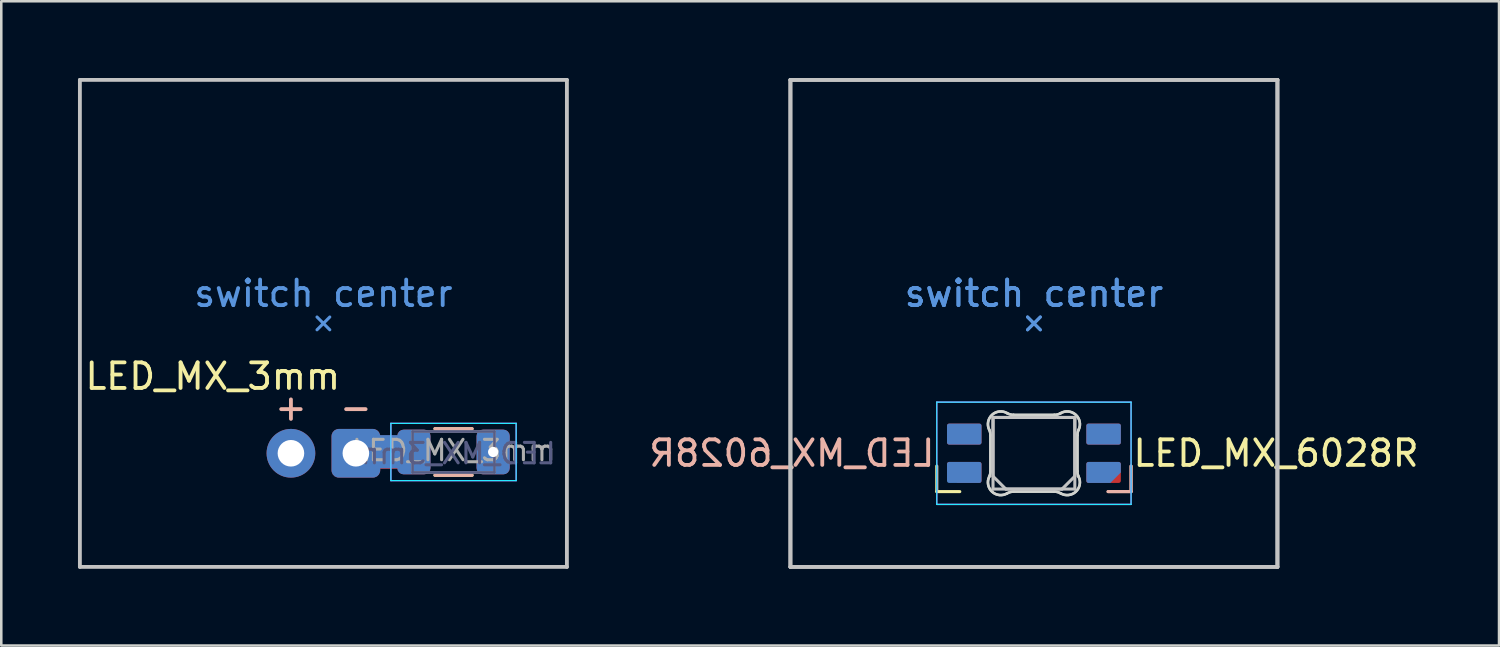
<source format=kicad_pcb>
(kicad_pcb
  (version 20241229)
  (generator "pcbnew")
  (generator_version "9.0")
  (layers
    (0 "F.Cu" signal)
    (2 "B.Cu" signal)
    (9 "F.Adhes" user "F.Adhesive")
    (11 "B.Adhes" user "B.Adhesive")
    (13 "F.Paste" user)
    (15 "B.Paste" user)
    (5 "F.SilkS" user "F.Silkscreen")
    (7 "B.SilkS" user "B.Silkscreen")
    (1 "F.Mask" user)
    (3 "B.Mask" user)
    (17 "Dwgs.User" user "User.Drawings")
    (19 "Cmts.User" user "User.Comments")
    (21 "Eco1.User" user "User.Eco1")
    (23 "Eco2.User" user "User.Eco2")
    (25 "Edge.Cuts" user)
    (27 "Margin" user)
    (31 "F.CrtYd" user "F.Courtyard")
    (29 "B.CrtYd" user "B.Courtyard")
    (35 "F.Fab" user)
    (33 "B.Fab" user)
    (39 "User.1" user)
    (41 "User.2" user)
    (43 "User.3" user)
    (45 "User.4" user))
  (footprint "LED_MX_3mm"
    (layer "F.Cu")
    (at 9.6 9.6)
    (property "Reference" "LED_MX_3mm" (at -9.4 2.07 0) (layer "F.SilkS") (effects (font (size 1 1) (thickness 0.15)) (justify left)))
    (attr through_hole exclude_from_pos_files)
    (fp_line (start 5.817 4.12) (end 4.363 4.12) (stroke (width 0.12) (type solid)) (layer "F.SilkS"))
    (fp_line (start 5.817 5.94) (end 4.363 5.94) (stroke (width 0.12) (type solid)) (layer "F.SilkS"))
    (fp_line (start 5.817 4.12) (end 4.363 4.12) (stroke (width 0.12) (type solid)) (layer "B.SilkS"))
    (fp_line (start 5.817 5.94) (end 4.363 5.94) (stroke (width 0.12) (type solid)) (layer "B.SilkS"))
    (fp_line (start -9.525 -9.525) (end 9.525 -9.525) (stroke (width 0.15) (type solid)) (layer "Dwgs.User"))
    (fp_line (start -9.525 9.525) (end -9.525 -9.525) (stroke (width 0.15) (type solid)) (layer "Dwgs.User"))
    (fp_line (start 9.525 -9.525) (end 9.525 9.525) (stroke (width 0.15) (type solid)) (layer "Dwgs.User"))
    (fp_line (start 9.525 9.525) (end -9.525 9.525) (stroke (width 0.15) (type solid)) (layer "Dwgs.User"))
    (fp_line (start -0.25 0.25) (end 0 0) (stroke (width 0.12) (type solid)) (layer "Cmts.User"))
    (fp_line (start 0 0) (end -0.25 -0.25) (stroke (width 0.12) (type solid)) (layer "Cmts.User"))
    (fp_line (start 0 0) (end 0.25 -0.25) (stroke (width 0.12) (type solid)) (layer "Cmts.User"))
    (fp_line (start 0.25 0.25) (end 0 0) (stroke (width 0.12) (type solid)) (layer "Cmts.User"))
    (fp_line (start 2.64 3.91) (end 2.64 6.15) (stroke (width 0.05) (type solid)) (layer "B.CrtYd"))
    (fp_line (start 2.64 6.15) (end 7.54 6.15) (stroke (width 0.05) (type solid)) (layer "B.CrtYd"))
    (fp_line (start 7.54 3.91) (end 2.64 3.91) (stroke (width 0.05) (type solid)) (layer "B.CrtYd"))
    (fp_line (start 7.54 6.15) (end 7.54 3.91) (stroke (width 0.05) (type solid)) (layer "B.CrtYd"))
    (fp_line (start 2.64 3.91) (end 7.54 3.91) (stroke (width 0.05) (type solid)) (layer "F.CrtYd"))
    (fp_line (start 2.64 6.15) (end 2.64 3.91) (stroke (width 0.05) (type solid)) (layer "F.CrtYd"))
    (fp_line (start 7.54 3.91) (end 7.54 6.15) (stroke (width 0.05) (type solid)) (layer "F.CrtYd"))
    (fp_line (start 7.54 6.15) (end 2.64 6.15) (stroke (width 0.05) (type solid)) (layer "F.CrtYd"))
    (fp_line (start 3.49 4.23) (end 3.49 5.83) (stroke (width 0.1) (type solid)) (layer "B.Fab"))
    (fp_line (start 3.49 5.83) (end 6.69 5.83) (stroke (width 0.1) (type solid)) (layer "B.Fab"))
    (fp_line (start 6.69 4.23) (end 3.49 4.23) (stroke (width 0.1) (type solid)) (layer "B.Fab"))
    (fp_line (start 6.69 5.83) (end 6.69 4.23) (stroke (width 0.1) (type solid)) (layer "B.Fab"))
    (fp_line (start 3.49 4.23) (end 6.69 4.23) (stroke (width 0.1) (type solid)) (layer "F.Fab"))
    (fp_line (start 3.49 5.83) (end 3.49 4.23) (stroke (width 0.1) (type solid)) (layer "F.Fab"))
    (fp_line (start 6.69 4.23) (end 6.69 5.83) (stroke (width 0.1) (type solid)) (layer "F.Fab"))
    (fp_line (start 6.69 5.83) (end 3.49 5.83) (stroke (width 0.1) (type solid)) (layer "F.Fab"))
    (fp_text user "-" (at 1.27 3.28 0) (layer "B.SilkS") (effects (font (size 1 1) (thickness 0.15))))
    (fp_text user "+" (at -1.27 3.28 0) (layer "B.SilkS") (effects (font (size 1 1) (thickness 0.15))))
    (fp_text user "switch center" (at 0 -1.17 0) (layer "Cmts.User") (effects (font (size 1 1) (thickness 0.15))))
    (fp_text user "${REFERENCE}" (at 5.1 5.09 0) (layer "B.Fab") (effects (font (size 0.8 0.8) (thickness 0.12)) (justify mirror)))
    (fp_text user "${REFERENCE}" (at 5.1 4.97 180) (layer "F.Fab") (effects (font (size 0.8 0.8) (thickness 0.12))))
    (pad "0" thru_hole roundrect (at 1.27 5.08) (size 1.905 1.905) (drill 1.04) (layers "*.Cu" "B.Mask") (roundrect_rratio 0.15))
    (pad "0" smd roundrect (at 2.65 5.02 270) (size 1.3 1.75) (layers "B.Cu" "B.Mask" "B.Paste") (roundrect_rratio 0.192))
    (pad "0" smd roundrect (at 2.65 5.04 270) (size 1.3 1.75) (layers "F.Cu" "F.Mask" "F.Paste") (roundrect_rratio 0.192))
    (pad "0" smd roundrect (at 3.54 5.03 180) (size 1.3 1.75) (layers "F.Cu" "F.Mask" "F.Paste") (roundrect_rratio 0.192))
    (pad "0" smd roundrect (at 3.54 5.03) (size 1.3 1.75) (layers "B.Cu" "B.Mask" "B.Paste") (roundrect_rratio 0.192))
    (pad "1" thru_hole circle (at 6.64 5.03 180) (size 0.8 0.8) (drill 0.4) (layers "*.Cu" "*.Mask"))
    (pad "1" smd roundrect (at 6.64 5.03 180) (size 1.3 1.75) (layers "F.Cu" "F.Mask" "F.Paste") (roundrect_rratio 0.192))
    (pad "1" smd roundrect (at 6.64 5.03) (size 1.3 1.75) (layers "B.Cu" "B.Mask" "B.Paste") (roundrect_rratio 0.192))
    (pad "2" thru_hole circle (at -1.27 5.08) (size 1.905 1.905) (drill 1.04) (layers "*.Cu" "B.Mask")))
  (footprint "LED_MX_6028R"
    (layer "F.Cu")
    (at 37.393 9.6)
    (property "Reference" "LED_MX_6028R" (at 3.8 5.08 0) (layer "F.SilkS") (effects (font (size 1 1) (thickness 0.15)) (justify left)))
    (attr smd)
    (fp_line (start -3.8 5.58) (end -3.8 6.58) (stroke (width 0.12) (type solid)) (layer "F.SilkS"))
    (fp_line (start -3.8 6.58) (end -2.9 6.58) (stroke (width 0.12) (type solid)) (layer "F.SilkS"))
    (fp_line (start 3.8 5.58) (end 3.8 6.58) (stroke (width 0.12) (type solid)) (layer "B.SilkS"))
    (fp_line (start 3.8 5.58) (end 3.8 6.58) (stroke (width 0.12) (type solid)) (layer "B.SilkS"))
    (fp_line (start 3.8 6.58) (end 2.9 6.58) (stroke (width 0.12) (type solid)) (layer "B.SilkS"))
    (fp_line (start 3.8 6.58) (end 2.9 6.58) (stroke (width 0.12) (type solid)) (layer "B.SilkS"))
    (fp_line (start -9.525 -9.525) (end -9.525 9.525) (stroke (width 0.15) (type solid)) (layer "Dwgs.User"))
    (fp_line (start -9.525 -9.525) (end 9.525 -9.525) (stroke (width 0.15) (type solid)) (layer "Dwgs.User"))
    (fp_line (start -9.525 9.525) (end -9.525 -9.525) (stroke (width 0.15) (type solid)) (layer "Dwgs.User"))
    (fp_line (start -9.525 9.525) (end 9.525 9.525) (stroke (width 0.15) (type solid)) (layer "Dwgs.User"))
    (fp_line (start -1.6 3.68) (end -1.6 6.48) (stroke (width 0.12) (type solid)) (layer "Dwgs.User"))
    (fp_line (start -1.6 3.68) (end 1.6 3.68) (stroke (width 0.12) (type solid)) (layer "Dwgs.User"))
    (fp_line (start -1.6 5.98) (end -1.6 3.68) (stroke (width 0.12) (type solid)) (layer "Dwgs.User"))
    (fp_line (start -1.6 5.98) (end -1.1 6.48) (stroke (width 0.12) (type solid)) (layer "Dwgs.User"))
    (fp_line (start -1.6 6.48) (end 1.1 6.48) (stroke (width 0.12) (type solid)) (layer "Dwgs.User"))
    (fp_line (start 1.6 3.68) (end -1.6 3.68) (stroke (width 0.12) (type solid)) (layer "Dwgs.User"))
    (fp_line (start 1.6 3.68) (end 1.6 6.48) (stroke (width 0.12) (type solid)) (layer "Dwgs.User"))
    (fp_line (start 1.6 5.98) (end 1.1 6.48) (stroke (width 0.12) (type solid)) (layer "Dwgs.User"))
    (fp_line (start 1.6 5.98) (end 1.6 3.68) (stroke (width 0.12) (type solid)) (layer "Dwgs.User"))
    (fp_line (start 1.6 6.48) (end -1.1 6.48) (stroke (width 0.12) (type solid)) (layer "Dwgs.User"))
    (fp_line (start 9.525 -9.525) (end -9.525 -9.525) (stroke (width 0.15) (type solid)) (layer "Dwgs.User"))
    (fp_line (start 9.525 -9.525) (end 9.525 9.525) (stroke (width 0.15) (type solid)) (layer "Dwgs.User"))
    (fp_line (start 9.525 9.525) (end -9.525 9.525) (stroke (width 0.15) (type solid)) (layer "Dwgs.User"))
    (fp_line (start 9.525 9.525) (end 9.525 -9.525) (stroke (width 0.15) (type solid)) (layer "Dwgs.User"))
    (fp_line (start -0.25 0.25) (end 0 0) (stroke (width 0.12) (type solid)) (layer "Cmts.User"))
    (fp_line (start -0.25 0.25) (end 0 0) (stroke (width 0.12) (type solid)) (layer "Cmts.User"))
    (fp_line (start 0 0) (end -0.25 -0.25) (stroke (width 0.12) (type solid)) (layer "Cmts.User"))
    (fp_line (start 0 0) (end -0.25 -0.25) (stroke (width 0.12) (type solid)) (layer "Cmts.User"))
    (fp_line (start 0 0) (end 0.25 -0.25) (stroke (width 0.12) (type solid)) (layer "Cmts.User"))
    (fp_line (start 0 0) (end 0.25 -0.25) (stroke (width 0.12) (type solid)) (layer "Cmts.User"))
    (fp_line (start 0.25 0.25) (end 0 0) (stroke (width 0.12) (type solid)) (layer "Cmts.User"))
    (fp_line (start 0.25 0.25) (end 0 0) (stroke (width 0.12) (type solid)) (layer "Cmts.User"))
    (fp_line (start -1.7 4.377) (end -1.7 5.783) (stroke (width 0.1) (type solid)) (layer "Edge.Cuts"))
    (fp_line (start -1.7 5.783) (end -1.7 4.377) (stroke (width 0.1) (type solid)) (layer "Edge.Cuts"))
    (fp_line (start -0.794 3.58) (end 0.794 3.58) (stroke (width 0.1) (type solid)) (layer "Edge.Cuts"))
    (fp_line (start -0.794 6.58) (end 0.794 6.58) (stroke (width 0.1) (type solid)) (layer "Edge.Cuts"))
    (fp_line (start 0.794 3.58) (end -0.794 3.58) (stroke (width 0.1) (type solid)) (layer "Edge.Cuts"))
    (fp_line (start 0.794 6.58) (end -0.794 6.58) (stroke (width 0.1) (type solid)) (layer "Edge.Cuts"))
    (fp_line (start 1.7 4.377) (end 1.7 5.783) (stroke (width 0.1) (type solid)) (layer "Edge.Cuts"))
    (fp_line (start 1.7 5.783) (end 1.7 4.377) (stroke (width 0.1) (type solid)) (layer "Edge.Cuts"))
    (fp_arc (start -1.749484 4.160279) (mid -1.712527 4.265931) (end -1.699999 4.377156) (stroke (width 0.1) (type solid)) (layer "Edge.Cuts"))
    (fp_arc (start -1.749484 4.160279) (mid -1.712526 4.265931) (end -1.699999 4.377157) (stroke (width 0.1) (type solid)) (layer "Edge.Cuts"))
    (fp_arc (start -1.749484 4.160279) (mid -1.638072 3.575964) (end -1.046711 3.5117) (stroke (width 0.1) (type solid)) (layer "Edge.Cuts"))
    (fp_arc (start -1.749484 4.160279) (mid -1.638071 3.575964) (end -1.046711 3.511701) (stroke (width 0.1) (type solid)) (layer "Edge.Cuts"))
    (fp_arc (start -1.699999 5.782841) (mid -1.712527 5.894067) (end -1.749484 5.999719) (stroke (width 0.1) (type solid)) (layer "Edge.Cuts"))
    (fp_arc (start -1.699999 5.782842) (mid -1.712536 5.894064) (end -1.749484 5.999719) (stroke (width 0.1) (type solid)) (layer "Edge.Cuts"))
    (fp_arc (start -1.046711 6.648296) (mid -1.63807 6.584033) (end -1.749484 5.999719) (stroke (width 0.1) (type solid)) (layer "Edge.Cuts"))
    (fp_arc (start -1.046711 6.648298) (mid -1.638072 6.584034) (end -1.749484 5.999718) (stroke (width 0.1) (type solid)) (layer "Edge.Cuts"))
    (fp_arc (start -1.046711 6.648298) (mid -0.925123 6.597376) (end -0.794452 6.579999) (stroke (width 0.1) (type solid)) (layer "Edge.Cuts"))
    (fp_arc (start -1.04671 6.648298) (mid -0.925122 6.597376) (end -0.794452 6.579999) (stroke (width 0.1) (type solid)) (layer "Edge.Cuts"))
    (fp_arc (start -0.794453 3.579999) (mid -0.925123 3.562622) (end -1.046711 3.5117) (stroke (width 0.1) (type solid)) (layer "Edge.Cuts"))
    (fp_arc (start -0.794453 3.58) (mid -0.925123 3.562623) (end -1.046711 3.511701) (stroke (width 0.1) (type solid)) (layer "Edge.Cuts"))
    (fp_arc (start 0.794452 6.579999) (mid 0.925122 6.597376) (end 1.04671 6.648298) (stroke (width 0.1) (type solid)) (layer "Edge.Cuts"))
    (fp_arc (start 0.794452 6.579999) (mid 0.925123 6.597376) (end 1.046711 6.648298) (stroke (width 0.1) (type solid)) (layer "Edge.Cuts"))
    (fp_arc (start 1.046711 3.5117) (mid 0.925123 3.562622) (end 0.794453 3.579999) (stroke (width 0.1) (type solid)) (layer "Edge.Cuts"))
    (fp_arc (start 1.046711 3.5117) (mid 1.638072 3.575964) (end 1.749484 4.160279) (stroke (width 0.1) (type solid)) (layer "Edge.Cuts"))
    (fp_arc (start 1.046711 3.511701) (mid 0.925123 3.562623) (end 0.794453 3.58) (stroke (width 0.1) (type solid)) (layer "Edge.Cuts"))
    (fp_arc (start 1.046711 3.511701) (mid 1.63807 3.575965) (end 1.749484 4.160279) (stroke (width 0.1) (type solid)) (layer "Edge.Cuts"))
    (fp_arc (start 1.699999 4.377156) (mid 1.712527 4.265931) (end 1.749484 4.160279) (stroke (width 0.1) (type solid)) (layer "Edge.Cuts"))
    (fp_arc (start 1.699999 4.377157) (mid 1.712528 4.265931) (end 1.749484 4.160279) (stroke (width 0.1) (type solid)) (layer "Edge.Cuts"))
    (fp_arc (start 1.749484 5.999718) (mid 1.638072 6.584034) (end 1.046711 6.648298) (stroke (width 0.1) (type solid)) (layer "Edge.Cuts"))
    (fp_arc (start 1.749484 5.999719) (mid 1.63807 6.584033) (end 1.046711 6.648296) (stroke (width 0.1) (type solid)) (layer "Edge.Cuts"))
    (fp_arc (start 1.749484 5.999719) (mid 1.712527 5.894067) (end 1.699999 5.782841) (stroke (width 0.1) (type solid)) (layer "Edge.Cuts"))
    (fp_arc (start 1.749484 5.999719) (mid 1.712519 5.894068) (end 1.699999 5.782842) (stroke (width 0.1) (type solid)) (layer "Edge.Cuts"))
    (fp_line (start -3.8 3.08) (end -3.8 7.08) (stroke (width 0.05) (type solid)) (layer "B.CrtYd"))
    (fp_line (start -3.8 7.08) (end 3.8 7.08) (stroke (width 0.05) (type solid)) (layer "B.CrtYd"))
    (fp_line (start 3.8 3.08) (end -3.8 3.08) (stroke (width 0.05) (type solid)) (layer "B.CrtYd"))
    (fp_line (start 3.8 7.08) (end 3.8 3.08) (stroke (width 0.05) (type solid)) (layer "B.CrtYd"))
    (fp_line (start -3.8 3.08) (end 3.8 3.08) (stroke (width 0.05) (type solid)) (layer "F.CrtYd"))
    (fp_line (start -3.8 7.08) (end -3.8 3.08) (stroke (width 0.05) (type solid)) (layer "F.CrtYd"))
    (fp_line (start 3.8 3.08) (end 3.8 7.08) (stroke (width 0.05) (type solid)) (layer "F.CrtYd"))
    (fp_line (start 3.8 7.08) (end -3.8 7.08) (stroke (width 0.05) (type solid)) (layer "F.CrtYd"))
    (fp_text user "${REFERENCE}" (at -3.8 5.08 0) (layer "B.SilkS") (effects (font (size 1 1) (thickness 0.15)) (justify left mirror)))
    (fp_text user "switch center" (at 0 -1.17 0) (layer "Cmts.User") (effects (font (size 1 1) (thickness 0.15))))
    (fp_text user "switch center" (at 0 -1.17 0) (layer "Cmts.User") (effects (font (size 1 1) (thickness 0.15))))
    (pad "1" smd roundrect (at -2.725 4.33 270) (size 0.82 1.35) (layers "B.Cu" "B.Mask" "B.Paste") (roundrect_rratio 0.1))
    (pad "1" smd roundrect (at 2.725 4.33 90) (size 0.82 1.35) (layers "F.Cu" "F.Mask" "F.Paste") (roundrect_rratio 0.1))
    (pad "2" smd roundrect (at -2.725 5.83 270) (size 0.82 1.35) (layers "B.Cu" "B.Mask" "B.Paste") (roundrect_rratio 0.1))
    (pad "2" smd roundrect (at 2.725 5.83 90) (size 0.82 1.35) (layers "F.Cu" "F.Mask" "F.Paste") (roundrect_rratio 0.1))
    (pad "3" smd roundrect (at -2.725 4.33 90) (size 0.82 1.35) (layers "F.Cu" "F.Mask" "F.Paste") (roundrect_rratio 0.1))
    (pad "3" smd roundrect (at 2.725 4.33 270) (size 0.82 1.35) (layers "B.Cu" "B.Mask" "B.Paste") (roundrect_rratio 0.1))
    (pad "4" smd roundrect (at -2.725 5.83 90) (size 0.82 1.35) (layers "F.Cu" "F.Mask" "F.Paste") (roundrect_rratio 0.1) (chamfer_ratio 0.5) (chamfer top_left))
    (pad "4" smd roundrect (at 2.725 5.83 270) (size 0.82 1.35) (layers "B.Cu" "B.Mask" "B.Paste") (roundrect_rratio 0.1) (chamfer_ratio 0.5) (chamfer top_right)))
  (gr_rect
    (start -3 -3)
    (end 55.586 22.2)
    (stroke (width 0.1) (type default))
    (fill no)
    (layer "Edge.Cuts")))
</source>
